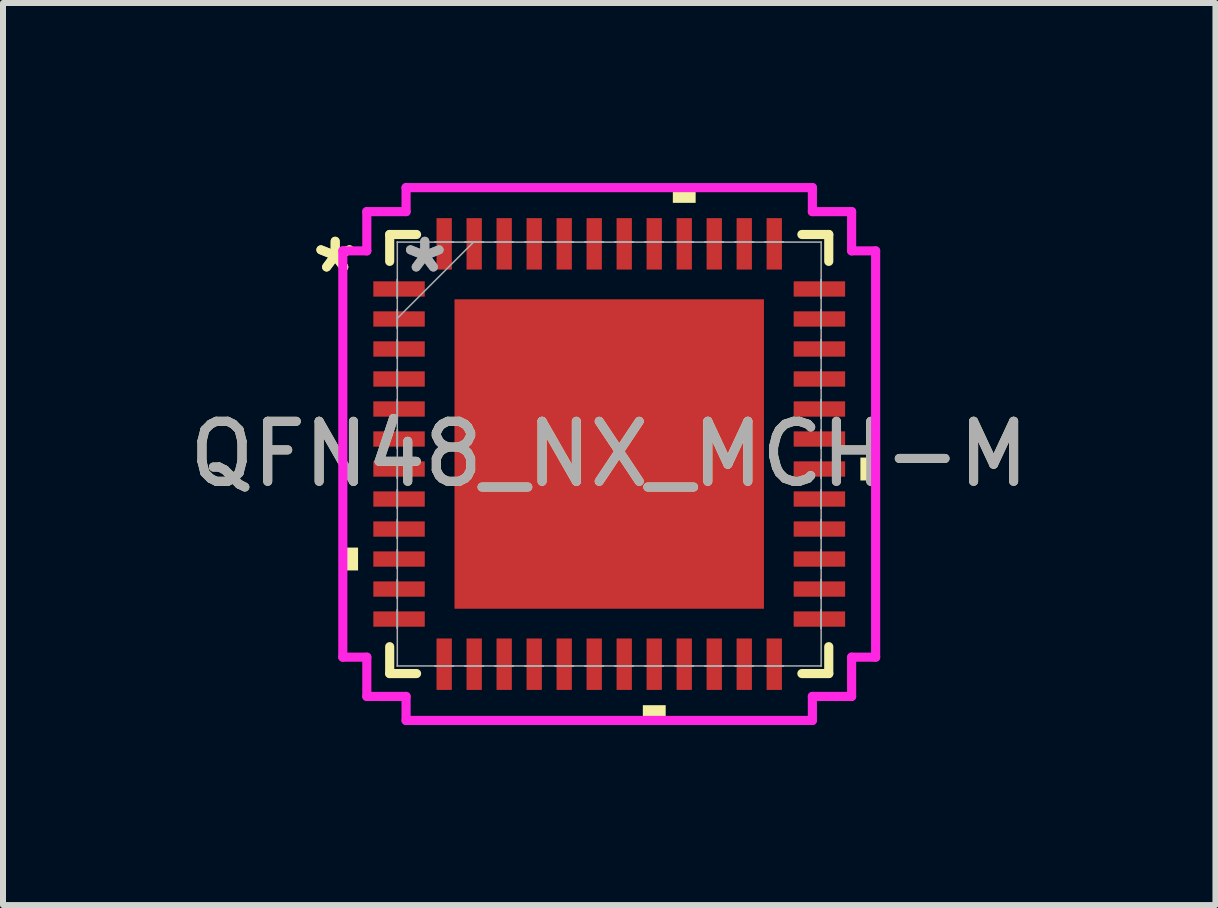
<source format=kicad_pcb>
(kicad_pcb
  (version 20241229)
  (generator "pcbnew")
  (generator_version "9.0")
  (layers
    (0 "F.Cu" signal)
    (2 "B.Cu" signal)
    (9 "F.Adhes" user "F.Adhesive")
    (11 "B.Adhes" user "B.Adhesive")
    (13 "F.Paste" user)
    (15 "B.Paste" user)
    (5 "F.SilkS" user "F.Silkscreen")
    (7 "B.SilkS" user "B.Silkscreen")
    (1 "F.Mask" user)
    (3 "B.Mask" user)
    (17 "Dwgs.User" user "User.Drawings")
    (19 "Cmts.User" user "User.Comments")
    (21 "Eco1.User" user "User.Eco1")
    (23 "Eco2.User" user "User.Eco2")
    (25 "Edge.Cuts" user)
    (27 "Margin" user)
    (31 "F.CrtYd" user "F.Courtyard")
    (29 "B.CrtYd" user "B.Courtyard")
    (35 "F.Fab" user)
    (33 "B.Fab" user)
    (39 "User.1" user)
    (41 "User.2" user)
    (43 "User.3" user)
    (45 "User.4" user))
  (footprint "QFN48_NX_MCH-M"
    (layer "F.Cu")
    (at 7.101 4.515)
    (property "Reference" "QFN48_NX_MCH-M" (at 0 0 0) (unlocked yes) (layer "F.SilkS") (effects (font (size 1 1) (thickness 0.15))))
    (attr smd)
    (fp_line (start -3.658 -3.658) (end -3.658 -3.21) (stroke (width 0.152) (type solid)) (layer "F.SilkS"))
    (fp_line (start -3.658 3.21) (end -3.658 3.658) (stroke (width 0.152) (type solid)) (layer "F.SilkS"))
    (fp_line (start -3.658 3.658) (end -3.21 3.658) (stroke (width 0.152) (type solid)) (layer "F.SilkS"))
    (fp_line (start -3.21 -3.658) (end -3.658 -3.658) (stroke (width 0.152) (type solid)) (layer "F.SilkS"))
    (fp_line (start 3.21 3.658) (end 3.658 3.658) (stroke (width 0.152) (type solid)) (layer "F.SilkS"))
    (fp_line (start 3.658 -3.658) (end 3.21 -3.658) (stroke (width 0.152) (type solid)) (layer "F.SilkS"))
    (fp_line (start 3.658 -3.21) (end 3.658 -3.658) (stroke (width 0.152) (type solid)) (layer "F.SilkS"))
    (fp_line (start 3.658 3.658) (end 3.658 3.21) (stroke (width 0.152) (type solid)) (layer "F.SilkS"))
    (fp_poly (pts (xy -4.439 1.559) (xy -4.439 1.94) (xy -4.185 1.94) (xy -4.185 1.559)) (stroke (width 0) (type solid)) (fill yes) (layer "F.SilkS"))
    (fp_poly (pts (xy 0.56 4.185) (xy 0.56 4.439) (xy 0.941 4.439) (xy 0.941 4.185)) (stroke (width 0) (type solid)) (fill yes) (layer "F.SilkS"))
    (fp_poly (pts (xy 1.06 -4.185) (xy 1.06 -4.439) (xy 1.44 -4.439) (xy 1.44 -4.185)) (stroke (width 0) (type solid)) (fill yes) (layer "F.SilkS"))
    (fp_poly (pts (xy 4.439 0.059) (xy 4.439 0.441) (xy 4.185 0.441) (xy 4.185 0.059)) (stroke (width 0) (type solid)) (fill yes) (layer "F.SilkS"))
    (fp_poly (pts (xy -2.478 -2.478) (xy -2.478 -1.389) (xy -1.389 -1.389) (xy -1.389 -2.478)) (stroke (width 0) (type solid)) (fill yes) (layer "F.Paste"))
    (fp_poly (pts (xy -2.478 -1.189) (xy -2.478 -0.1) (xy -1.389 -0.1) (xy -1.389 -1.189)) (stroke (width 0) (type solid)) (fill yes) (layer "F.Paste"))
    (fp_poly (pts (xy -2.478 0.1) (xy -2.478 1.189) (xy -1.389 1.189) (xy -1.389 0.1)) (stroke (width 0) (type solid)) (fill yes) (layer "F.Paste"))
    (fp_poly (pts (xy -2.478 1.389) (xy -2.478 2.478) (xy -1.389 2.478) (xy -1.389 1.389)) (stroke (width 0) (type solid)) (fill yes) (layer "F.Paste"))
    (fp_poly (pts (xy -1.189 -2.478) (xy -1.189 -1.389) (xy -0.1 -1.389) (xy -0.1 -2.478)) (stroke (width 0) (type solid)) (fill yes) (layer "F.Paste"))
    (fp_poly (pts (xy -1.189 -1.189) (xy -1.189 -0.1) (xy -0.1 -0.1) (xy -0.1 -1.189)) (stroke (width 0) (type solid)) (fill yes) (layer "F.Paste"))
    (fp_poly (pts (xy -1.189 0.1) (xy -1.189 1.189) (xy -0.1 1.189) (xy -0.1 0.1)) (stroke (width 0) (type solid)) (fill yes) (layer "F.Paste"))
    (fp_poly (pts (xy -1.189 1.389) (xy -1.189 2.478) (xy -0.1 2.478) (xy -0.1 1.389)) (stroke (width 0) (type solid)) (fill yes) (layer "F.Paste"))
    (fp_poly (pts (xy 0.1 -2.478) (xy 0.1 -1.389) (xy 1.189 -1.389) (xy 1.189 -2.478)) (stroke (width 0) (type solid)) (fill yes) (layer "F.Paste"))
    (fp_poly (pts (xy 0.1 -1.189) (xy 0.1 -0.1) (xy 1.189 -0.1) (xy 1.189 -1.189)) (stroke (width 0) (type solid)) (fill yes) (layer "F.Paste"))
    (fp_poly (pts (xy 0.1 0.1) (xy 0.1 1.189) (xy 1.189 1.189) (xy 1.189 0.1)) (stroke (width 0) (type solid)) (fill yes) (layer "F.Paste"))
    (fp_poly (pts (xy 0.1 1.389) (xy 0.1 2.478) (xy 1.189 2.478) (xy 1.189 1.389)) (stroke (width 0) (type solid)) (fill yes) (layer "F.Paste"))
    (fp_poly (pts (xy 1.389 -2.478) (xy 1.389 -1.389) (xy 2.478 -1.389) (xy 2.478 -2.478)) (stroke (width 0) (type solid)) (fill yes) (layer "F.Paste"))
    (fp_poly (pts (xy 1.389 -1.189) (xy 1.389 -0.1) (xy 2.478 -0.1) (xy 2.478 -1.189)) (stroke (width 0) (type solid)) (fill yes) (layer "F.Paste"))
    (fp_poly (pts (xy 1.389 0.1) (xy 1.389 1.189) (xy 2.478 1.189) (xy 2.478 0.1)) (stroke (width 0) (type solid)) (fill yes) (layer "F.Paste"))
    (fp_poly (pts (xy 1.389 1.389) (xy 1.389 2.478) (xy 2.478 2.478) (xy 2.478 1.389)) (stroke (width 0) (type solid)) (fill yes) (layer "F.Paste"))
    (fp_line (start -4.439 -3.385) (end -4.039 -3.385) (stroke (width 0.152) (type solid)) (layer "F.CrtYd"))
    (fp_line (start -4.439 3.385) (end -4.439 -3.385) (stroke (width 0.152) (type solid)) (layer "F.CrtYd"))
    (fp_line (start -4.039 -4.039) (end -3.385 -4.039) (stroke (width 0.152) (type solid)) (layer "F.CrtYd"))
    (fp_line (start -4.039 -3.385) (end -4.039 -4.039) (stroke (width 0.152) (type solid)) (layer "F.CrtYd"))
    (fp_line (start -4.039 3.385) (end -4.439 3.385) (stroke (width 0.152) (type solid)) (layer "F.CrtYd"))
    (fp_line (start -4.039 4.039) (end -4.039 3.385) (stroke (width 0.152) (type solid)) (layer "F.CrtYd"))
    (fp_line (start -3.385 -4.439) (end 3.385 -4.439) (stroke (width 0.152) (type solid)) (layer "F.CrtYd"))
    (fp_line (start -3.385 -4.039) (end -3.385 -4.439) (stroke (width 0.152) (type solid)) (layer "F.CrtYd"))
    (fp_line (start -3.385 4.039) (end -4.039 4.039) (stroke (width 0.152) (type solid)) (layer "F.CrtYd"))
    (fp_line (start -3.385 4.439) (end -3.385 4.039) (stroke (width 0.152) (type solid)) (layer "F.CrtYd"))
    (fp_line (start 3.385 -4.439) (end 3.385 -4.039) (stroke (width 0.152) (type solid)) (layer "F.CrtYd"))
    (fp_line (start 3.385 -4.039) (end 4.039 -4.039) (stroke (width 0.152) (type solid)) (layer "F.CrtYd"))
    (fp_line (start 3.385 4.039) (end 3.385 4.439) (stroke (width 0.152) (type solid)) (layer "F.CrtYd"))
    (fp_line (start 3.385 4.439) (end -3.385 4.439) (stroke (width 0.152) (type solid)) (layer "F.CrtYd"))
    (fp_line (start 4.039 -4.039) (end 4.039 -3.385) (stroke (width 0.152) (type solid)) (layer "F.CrtYd"))
    (fp_line (start 4.039 -3.385) (end 4.439 -3.385) (stroke (width 0.152) (type solid)) (layer "F.CrtYd"))
    (fp_line (start 4.039 3.385) (end 4.039 4.039) (stroke (width 0.152) (type solid)) (layer "F.CrtYd"))
    (fp_line (start 4.039 4.039) (end 3.385 4.039) (stroke (width 0.152) (type solid)) (layer "F.CrtYd"))
    (fp_line (start 4.439 -3.385) (end 4.439 3.385) (stroke (width 0.152) (type solid)) (layer "F.CrtYd"))
    (fp_line (start 4.439 3.385) (end 4.039 3.385) (stroke (width 0.152) (type solid)) (layer "F.CrtYd"))
    (fp_line (start -3.531 -3.531) (end -3.531 -3.531) (stroke (width 0.025) (type solid)) (layer "F.Fab"))
    (fp_line (start -3.531 -3.531) (end -3.531 3.531) (stroke (width 0.025) (type solid)) (layer "F.Fab"))
    (fp_line (start -3.531 -2.902) (end -3.531 -2.902) (stroke (width 0.025) (type solid)) (layer "F.Fab"))
    (fp_line (start -3.531 -2.902) (end -3.531 -2.598) (stroke (width 0.025) (type solid)) (layer "F.Fab"))
    (fp_line (start -3.531 -2.598) (end -3.531 -2.902) (stroke (width 0.025) (type solid)) (layer "F.Fab"))
    (fp_line (start -3.531 -2.598) (end -3.531 -2.598) (stroke (width 0.025) (type solid)) (layer "F.Fab"))
    (fp_line (start -3.531 -2.402) (end -3.531 -2.402) (stroke (width 0.025) (type solid)) (layer "F.Fab"))
    (fp_line (start -3.531 -2.402) (end -3.531 -2.098) (stroke (width 0.025) (type solid)) (layer "F.Fab"))
    (fp_line (start -3.531 -2.261) (end -2.261 -3.531) (stroke (width 0.025) (type solid)) (layer "F.Fab"))
    (fp_line (start -3.531 -2.098) (end -3.531 -2.402) (stroke (width 0.025) (type solid)) (layer "F.Fab"))
    (fp_line (start -3.531 -2.098) (end -3.531 -2.098) (stroke (width 0.025) (type solid)) (layer "F.Fab"))
    (fp_line (start -3.531 -1.902) (end -3.531 -1.902) (stroke (width 0.025) (type solid)) (layer "F.Fab"))
    (fp_line (start -3.531 -1.902) (end -3.531 -1.598) (stroke (width 0.025) (type solid)) (layer "F.Fab"))
    (fp_line (start -3.531 -1.598) (end -3.531 -1.902) (stroke (width 0.025) (type solid)) (layer "F.Fab"))
    (fp_line (start -3.531 -1.598) (end -3.531 -1.598) (stroke (width 0.025) (type solid)) (layer "F.Fab"))
    (fp_line (start -3.531 -1.402) (end -3.531 -1.402) (stroke (width 0.025) (type solid)) (layer "F.Fab"))
    (fp_line (start -3.531 -1.402) (end -3.531 -1.098) (stroke (width 0.025) (type solid)) (layer "F.Fab"))
    (fp_line (start -3.531 -1.098) (end -3.531 -1.402) (stroke (width 0.025) (type solid)) (layer "F.Fab"))
    (fp_line (start -3.531 -1.098) (end -3.531 -1.098) (stroke (width 0.025) (type solid)) (layer "F.Fab"))
    (fp_line (start -3.531 -0.902) (end -3.531 -0.902) (stroke (width 0.025) (type solid)) (layer "F.Fab"))
    (fp_line (start -3.531 -0.902) (end -3.531 -0.598) (stroke (width 0.025) (type solid)) (layer "F.Fab"))
    (fp_line (start -3.531 -0.598) (end -3.531 -0.902) (stroke (width 0.025) (type solid)) (layer "F.Fab"))
    (fp_line (start -3.531 -0.598) (end -3.531 -0.598) (stroke (width 0.025) (type solid)) (layer "F.Fab"))
    (fp_line (start -3.531 -0.402) (end -3.531 -0.402) (stroke (width 0.025) (type solid)) (layer "F.Fab"))
    (fp_line (start -3.531 -0.402) (end -3.531 -0.098) (stroke (width 0.025) (type solid)) (layer "F.Fab"))
    (fp_line (start -3.531 -0.098) (end -3.531 -0.402) (stroke (width 0.025) (type solid)) (layer "F.Fab"))
    (fp_line (start -3.531 -0.098) (end -3.531 -0.098) (stroke (width 0.025) (type solid)) (layer "F.Fab"))
    (fp_line (start -3.531 0.098) (end -3.531 0.098) (stroke (width 0.025) (type solid)) (layer "F.Fab"))
    (fp_line (start -3.531 0.098) (end -3.531 0.402) (stroke (width 0.025) (type solid)) (layer "F.Fab"))
    (fp_line (start -3.531 0.402) (end -3.531 0.098) (stroke (width 0.025) (type solid)) (layer "F.Fab"))
    (fp_line (start -3.531 0.402) (end -3.531 0.402) (stroke (width 0.025) (type solid)) (layer "F.Fab"))
    (fp_line (start -3.531 0.598) (end -3.531 0.598) (stroke (width 0.025) (type solid)) (layer "F.Fab"))
    (fp_line (start -3.531 0.598) (end -3.531 0.902) (stroke (width 0.025) (type solid)) (layer "F.Fab"))
    (fp_line (start -3.531 0.902) (end -3.531 0.598) (stroke (width 0.025) (type solid)) (layer "F.Fab"))
    (fp_line (start -3.531 0.902) (end -3.531 0.902) (stroke (width 0.025) (type solid)) (layer "F.Fab"))
    (fp_line (start -3.531 1.098) (end -3.531 1.098) (stroke (width 0.025) (type solid)) (layer "F.Fab"))
    (fp_line (start -3.531 1.098) (end -3.531 1.402) (stroke (width 0.025) (type solid)) (layer "F.Fab"))
    (fp_line (start -3.531 1.402) (end -3.531 1.098) (stroke (width 0.025) (type solid)) (layer "F.Fab"))
    (fp_line (start -3.531 1.402) (end -3.531 1.402) (stroke (width 0.025) (type solid)) (layer "F.Fab"))
    (fp_line (start -3.531 1.598) (end -3.531 1.598) (stroke (width 0.025) (type solid)) (layer "F.Fab"))
    (fp_line (start -3.531 1.598) (end -3.531 1.902) (stroke (width 0.025) (type solid)) (layer "F.Fab"))
    (fp_line (start -3.531 1.902) (end -3.531 1.598) (stroke (width 0.025) (type solid)) (layer "F.Fab"))
    (fp_line (start -3.531 1.902) (end -3.531 1.902) (stroke (width 0.025) (type solid)) (layer "F.Fab"))
    (fp_line (start -3.531 2.098) (end -3.531 2.098) (stroke (width 0.025) (type solid)) (layer "F.Fab"))
    (fp_line (start -3.531 2.098) (end -3.531 2.402) (stroke (width 0.025) (type solid)) (layer "F.Fab"))
    (fp_line (start -3.531 2.402) (end -3.531 2.098) (stroke (width 0.025) (type solid)) (layer "F.Fab"))
    (fp_line (start -3.531 2.402) (end -3.531 2.402) (stroke (width 0.025) (type solid)) (layer "F.Fab"))
    (fp_line (start -3.531 2.598) (end -3.531 2.598) (stroke (width 0.025) (type solid)) (layer "F.Fab"))
    (fp_line (start -3.531 2.598) (end -3.531 2.902) (stroke (width 0.025) (type solid)) (layer "F.Fab"))
    (fp_line (start -3.531 2.902) (end -3.531 2.598) (stroke (width 0.025) (type solid)) (layer "F.Fab"))
    (fp_line (start -3.531 2.902) (end -3.531 2.902) (stroke (width 0.025) (type solid)) (layer "F.Fab"))
    (fp_line (start -3.531 3.531) (end -3.531 3.531) (stroke (width 0.025) (type solid)) (layer "F.Fab"))
    (fp_line (start -3.531 3.531) (end 3.531 3.531) (stroke (width 0.025) (type solid)) (layer "F.Fab"))
    (fp_line (start -2.902 -3.531) (end -2.902 -3.531) (stroke (width 0.025) (type solid)) (layer "F.Fab"))
    (fp_line (start -2.902 -3.531) (end -2.598 -3.531) (stroke (width 0.025) (type solid)) (layer "F.Fab"))
    (fp_line (start -2.902 3.531) (end -2.902 3.531) (stroke (width 0.025) (type solid)) (layer "F.Fab"))
    (fp_line (start -2.902 3.531) (end -2.598 3.531) (stroke (width 0.025) (type solid)) (layer "F.Fab"))
    (fp_line (start -2.598 -3.531) (end -2.902 -3.531) (stroke (width 0.025) (type solid)) (layer "F.Fab"))
    (fp_line (start -2.598 -3.531) (end -2.598 -3.531) (stroke (width 0.025) (type solid)) (layer "F.Fab"))
    (fp_line (start -2.598 3.531) (end -2.902 3.531) (stroke (width 0.025) (type solid)) (layer "F.Fab"))
    (fp_line (start -2.598 3.531) (end -2.598 3.531) (stroke (width 0.025) (type solid)) (layer "F.Fab"))
    (fp_line (start -2.402 -3.531) (end -2.402 -3.531) (stroke (width 0.025) (type solid)) (layer "F.Fab"))
    (fp_line (start -2.402 -3.531) (end -2.098 -3.531) (stroke (width 0.025) (type solid)) (layer "F.Fab"))
    (fp_line (start -2.402 3.531) (end -2.402 3.531) (stroke (width 0.025) (type solid)) (layer "F.Fab"))
    (fp_line (start -2.402 3.531) (end -2.098 3.531) (stroke (width 0.025) (type solid)) (layer "F.Fab"))
    (fp_line (start -2.098 -3.531) (end -2.402 -3.531) (stroke (width 0.025) (type solid)) (layer "F.Fab"))
    (fp_line (start -2.098 -3.531) (end -2.098 -3.531) (stroke (width 0.025) (type solid)) (layer "F.Fab"))
    (fp_line (start -2.098 3.531) (end -2.402 3.531) (stroke (width 0.025) (type solid)) (layer "F.Fab"))
    (fp_line (start -2.098 3.531) (end -2.098 3.531) (stroke (width 0.025) (type solid)) (layer "F.Fab"))
    (fp_line (start -1.902 -3.531) (end -1.902 -3.531) (stroke (width 0.025) (type solid)) (layer "F.Fab"))
    (fp_line (start -1.902 -3.531) (end -1.598 -3.531) (stroke (width 0.025) (type solid)) (layer "F.Fab"))
    (fp_line (start -1.902 3.531) (end -1.902 3.531) (stroke (width 0.025) (type solid)) (layer "F.Fab"))
    (fp_line (start -1.902 3.531) (end -1.598 3.531) (stroke (width 0.025) (type solid)) (layer "F.Fab"))
    (fp_line (start -1.598 -3.531) (end -1.902 -3.531) (stroke (width 0.025) (type solid)) (layer "F.Fab"))
    (fp_line (start -1.598 -3.531) (end -1.598 -3.531) (stroke (width 0.025) (type solid)) (layer "F.Fab"))
    (fp_line (start -1.598 3.531) (end -1.902 3.531) (stroke (width 0.025) (type solid)) (layer "F.Fab"))
    (fp_line (start -1.598 3.531) (end -1.598 3.531) (stroke (width 0.025) (type solid)) (layer "F.Fab"))
    (fp_line (start -1.402 -3.531) (end -1.402 -3.531) (stroke (width 0.025) (type solid)) (layer "F.Fab"))
    (fp_line (start -1.402 -3.531) (end -1.098 -3.531) (stroke (width 0.025) (type solid)) (layer "F.Fab"))
    (fp_line (start -1.402 3.531) (end -1.402 3.531) (stroke (width 0.025) (type solid)) (layer "F.Fab"))
    (fp_line (start -1.402 3.531) (end -1.098 3.531) (stroke (width 0.025) (type solid)) (layer "F.Fab"))
    (fp_line (start -1.098 -3.531) (end -1.402 -3.531) (stroke (width 0.025) (type solid)) (layer "F.Fab"))
    (fp_line (start -1.098 -3.531) (end -1.098 -3.531) (stroke (width 0.025) (type solid)) (layer "F.Fab"))
    (fp_line (start -1.098 3.531) (end -1.402 3.531) (stroke (width 0.025) (type solid)) (layer "F.Fab"))
    (fp_line (start -1.098 3.531) (end -1.098 3.531) (stroke (width 0.025) (type solid)) (layer "F.Fab"))
    (fp_line (start -0.902 -3.531) (end -0.902 -3.531) (stroke (width 0.025) (type solid)) (layer "F.Fab"))
    (fp_line (start -0.902 -3.531) (end -0.598 -3.531) (stroke (width 0.025) (type solid)) (layer "F.Fab"))
    (fp_line (start -0.902 3.531) (end -0.902 3.531) (stroke (width 0.025) (type solid)) (layer "F.Fab"))
    (fp_line (start -0.902 3.531) (end -0.598 3.531) (stroke (width 0.025) (type solid)) (layer "F.Fab"))
    (fp_line (start -0.598 -3.531) (end -0.902 -3.531) (stroke (width 0.025) (type solid)) (layer "F.Fab"))
    (fp_line (start -0.598 -3.531) (end -0.598 -3.531) (stroke (width 0.025) (type solid)) (layer "F.Fab"))
    (fp_line (start -0.598 3.531) (end -0.902 3.531) (stroke (width 0.025) (type solid)) (layer "F.Fab"))
    (fp_line (start -0.598 3.531) (end -0.598 3.531) (stroke (width 0.025) (type solid)) (layer "F.Fab"))
    (fp_line (start -0.402 -3.531) (end -0.402 -3.531) (stroke (width 0.025) (type solid)) (layer "F.Fab"))
    (fp_line (start -0.402 -3.531) (end -0.098 -3.531) (stroke (width 0.025) (type solid)) (layer "F.Fab"))
    (fp_line (start -0.402 3.531) (end -0.402 3.531) (stroke (width 0.025) (type solid)) (layer "F.Fab"))
    (fp_line (start -0.402 3.531) (end -0.098 3.531) (stroke (width 0.025) (type solid)) (layer "F.Fab"))
    (fp_line (start -0.098 -3.531) (end -0.402 -3.531) (stroke (width 0.025) (type solid)) (layer "F.Fab"))
    (fp_line (start -0.098 -3.531) (end -0.098 -3.531) (stroke (width 0.025) (type solid)) (layer "F.Fab"))
    (fp_line (start -0.098 3.531) (end -0.402 3.531) (stroke (width 0.025) (type solid)) (layer "F.Fab"))
    (fp_line (start -0.098 3.531) (end -0.098 3.531) (stroke (width 0.025) (type solid)) (layer "F.Fab"))
    (fp_line (start 0.098 -3.531) (end 0.098 -3.531) (stroke (width 0.025) (type solid)) (layer "F.Fab"))
    (fp_line (start 0.098 -3.531) (end 0.402 -3.531) (stroke (width 0.025) (type solid)) (layer "F.Fab"))
    (fp_line (start 0.098 3.531) (end 0.098 3.531) (stroke (width 0.025) (type solid)) (layer "F.Fab"))
    (fp_line (start 0.098 3.531) (end 0.402 3.531) (stroke (width 0.025) (type solid)) (layer "F.Fab"))
    (fp_line (start 0.402 -3.531) (end 0.098 -3.531) (stroke (width 0.025) (type solid)) (layer "F.Fab"))
    (fp_line (start 0.402 -3.531) (end 0.402 -3.531) (stroke (width 0.025) (type solid)) (layer "F.Fab"))
    (fp_line (start 0.402 3.531) (end 0.098 3.531) (stroke (width 0.025) (type solid)) (layer "F.Fab"))
    (fp_line (start 0.402 3.531) (end 0.402 3.531) (stroke (width 0.025) (type solid)) (layer "F.Fab"))
    (fp_line (start 0.598 -3.531) (end 0.598 -3.531) (stroke (width 0.025) (type solid)) (layer "F.Fab"))
    (fp_line (start 0.598 -3.531) (end 0.902 -3.531) (stroke (width 0.025) (type solid)) (layer "F.Fab"))
    (fp_line (start 0.598 3.531) (end 0.598 3.531) (stroke (width 0.025) (type solid)) (layer "F.Fab"))
    (fp_line (start 0.598 3.531) (end 0.902 3.531) (stroke (width 0.025) (type solid)) (layer "F.Fab"))
    (fp_line (start 0.902 -3.531) (end 0.598 -3.531) (stroke (width 0.025) (type solid)) (layer "F.Fab"))
    (fp_line (start 0.902 -3.531) (end 0.902 -3.531) (stroke (width 0.025) (type solid)) (layer "F.Fab"))
    (fp_line (start 0.902 3.531) (end 0.598 3.531) (stroke (width 0.025) (type solid)) (layer "F.Fab"))
    (fp_line (start 0.902 3.531) (end 0.902 3.531) (stroke (width 0.025) (type solid)) (layer "F.Fab"))
    (fp_line (start 1.098 -3.531) (end 1.098 -3.531) (stroke (width 0.025) (type solid)) (layer "F.Fab"))
    (fp_line (start 1.098 -3.531) (end 1.402 -3.531) (stroke (width 0.025) (type solid)) (layer "F.Fab"))
    (fp_line (start 1.098 3.531) (end 1.098 3.531) (stroke (width 0.025) (type solid)) (layer "F.Fab"))
    (fp_line (start 1.098 3.531) (end 1.402 3.531) (stroke (width 0.025) (type solid)) (layer "F.Fab"))
    (fp_line (start 1.402 -3.531) (end 1.098 -3.531) (stroke (width 0.025) (type solid)) (layer "F.Fab"))
    (fp_line (start 1.402 -3.531) (end 1.402 -3.531) (stroke (width 0.025) (type solid)) (layer "F.Fab"))
    (fp_line (start 1.402 3.531) (end 1.098 3.531) (stroke (width 0.025) (type solid)) (layer "F.Fab"))
    (fp_line (start 1.402 3.531) (end 1.402 3.531) (stroke (width 0.025) (type solid)) (layer "F.Fab"))
    (fp_line (start 1.598 -3.531) (end 1.598 -3.531) (stroke (width 0.025) (type solid)) (layer "F.Fab"))
    (fp_line (start 1.598 -3.531) (end 1.902 -3.531) (stroke (width 0.025) (type solid)) (layer "F.Fab"))
    (fp_line (start 1.598 3.531) (end 1.598 3.531) (stroke (width 0.025) (type solid)) (layer "F.Fab"))
    (fp_line (start 1.598 3.531) (end 1.902 3.531) (stroke (width 0.025) (type solid)) (layer "F.Fab"))
    (fp_line (start 1.902 -3.531) (end 1.598 -3.531) (stroke (width 0.025) (type solid)) (layer "F.Fab"))
    (fp_line (start 1.902 -3.531) (end 1.902 -3.531) (stroke (width 0.025) (type solid)) (layer "F.Fab"))
    (fp_line (start 1.902 3.531) (end 1.598 3.531) (stroke (width 0.025) (type solid)) (layer "F.Fab"))
    (fp_line (start 1.902 3.531) (end 1.902 3.531) (stroke (width 0.025) (type solid)) (layer "F.Fab"))
    (fp_line (start 2.098 -3.531) (end 2.098 -3.531) (stroke (width 0.025) (type solid)) (layer "F.Fab"))
    (fp_line (start 2.098 -3.531) (end 2.402 -3.531) (stroke (width 0.025) (type solid)) (layer "F.Fab"))
    (fp_line (start 2.098 3.531) (end 2.098 3.531) (stroke (width 0.025) (type solid)) (layer "F.Fab"))
    (fp_line (start 2.098 3.531) (end 2.402 3.531) (stroke (width 0.025) (type solid)) (layer "F.Fab"))
    (fp_line (start 2.402 -3.531) (end 2.098 -3.531) (stroke (width 0.025) (type solid)) (layer "F.Fab"))
    (fp_line (start 2.402 -3.531) (end 2.402 -3.531) (stroke (width 0.025) (type solid)) (layer "F.Fab"))
    (fp_line (start 2.402 3.531) (end 2.098 3.531) (stroke (width 0.025) (type solid)) (layer "F.Fab"))
    (fp_line (start 2.402 3.531) (end 2.402 3.531) (stroke (width 0.025) (type solid)) (layer "F.Fab"))
    (fp_line (start 2.598 -3.531) (end 2.598 -3.531) (stroke (width 0.025) (type solid)) (layer "F.Fab"))
    (fp_line (start 2.598 -3.531) (end 2.902 -3.531) (stroke (width 0.025) (type solid)) (layer "F.Fab"))
    (fp_line (start 2.598 3.531) (end 2.598 3.531) (stroke (width 0.025) (type solid)) (layer "F.Fab"))
    (fp_line (start 2.598 3.531) (end 2.902 3.531) (stroke (width 0.025) (type solid)) (layer "F.Fab"))
    (fp_line (start 2.902 -3.531) (end 2.598 -3.531) (stroke (width 0.025) (type solid)) (layer "F.Fab"))
    (fp_line (start 2.902 -3.531) (end 2.902 -3.531) (stroke (width 0.025) (type solid)) (layer "F.Fab"))
    (fp_line (start 2.902 3.531) (end 2.598 3.531) (stroke (width 0.025) (type solid)) (layer "F.Fab"))
    (fp_line (start 2.902 3.531) (end 2.902 3.531) (stroke (width 0.025) (type solid)) (layer "F.Fab"))
    (fp_line (start 3.531 -3.531) (end -3.531 -3.531) (stroke (width 0.025) (type solid)) (layer "F.Fab"))
    (fp_line (start 3.531 -3.531) (end 3.531 -3.531) (stroke (width 0.025) (type solid)) (layer "F.Fab"))
    (fp_line (start 3.531 -2.902) (end 3.531 -2.902) (stroke (width 0.025) (type solid)) (layer "F.Fab"))
    (fp_line (start 3.531 -2.902) (end 3.531 -2.598) (stroke (width 0.025) (type solid)) (layer "F.Fab"))
    (fp_line (start 3.531 -2.598) (end 3.531 -2.902) (stroke (width 0.025) (type solid)) (layer "F.Fab"))
    (fp_line (start 3.531 -2.598) (end 3.531 -2.598) (stroke (width 0.025) (type solid)) (layer "F.Fab"))
    (fp_line (start 3.531 -2.402) (end 3.531 -2.402) (stroke (width 0.025) (type solid)) (layer "F.Fab"))
    (fp_line (start 3.531 -2.402) (end 3.531 -2.098) (stroke (width 0.025) (type solid)) (layer "F.Fab"))
    (fp_line (start 3.531 -2.098) (end 3.531 -2.402) (stroke (width 0.025) (type solid)) (layer "F.Fab"))
    (fp_line (start 3.531 -2.098) (end 3.531 -2.098) (stroke (width 0.025) (type solid)) (layer "F.Fab"))
    (fp_line (start 3.531 -1.902) (end 3.531 -1.902) (stroke (width 0.025) (type solid)) (layer "F.Fab"))
    (fp_line (start 3.531 -1.902) (end 3.531 -1.598) (stroke (width 0.025) (type solid)) (layer "F.Fab"))
    (fp_line (start 3.531 -1.598) (end 3.531 -1.902) (stroke (width 0.025) (type solid)) (layer "F.Fab"))
    (fp_line (start 3.531 -1.598) (end 3.531 -1.598) (stroke (width 0.025) (type solid)) (layer "F.Fab"))
    (fp_line (start 3.531 -1.402) (end 3.531 -1.402) (stroke (width 0.025) (type solid)) (layer "F.Fab"))
    (fp_line (start 3.531 -1.402) (end 3.531 -1.098) (stroke (width 0.025) (type solid)) (layer "F.Fab"))
    (fp_line (start 3.531 -1.098) (end 3.531 -1.402) (stroke (width 0.025) (type solid)) (layer "F.Fab"))
    (fp_line (start 3.531 -1.098) (end 3.531 -1.098) (stroke (width 0.025) (type solid)) (layer "F.Fab"))
    (fp_line (start 3.531 -0.902) (end 3.531 -0.902) (stroke (width 0.025) (type solid)) (layer "F.Fab"))
    (fp_line (start 3.531 -0.902) (end 3.531 -0.598) (stroke (width 0.025) (type solid)) (layer "F.Fab"))
    (fp_line (start 3.531 -0.598) (end 3.531 -0.902) (stroke (width 0.025) (type solid)) (layer "F.Fab"))
    (fp_line (start 3.531 -0.598) (end 3.531 -0.598) (stroke (width 0.025) (type solid)) (layer "F.Fab"))
    (fp_line (start 3.531 -0.402) (end 3.531 -0.402) (stroke (width 0.025) (type solid)) (layer "F.Fab"))
    (fp_line (start 3.531 -0.402) (end 3.531 -0.098) (stroke (width 0.025) (type solid)) (layer "F.Fab"))
    (fp_line (start 3.531 -0.098) (end 3.531 -0.402) (stroke (width 0.025) (type solid)) (layer "F.Fab"))
    (fp_line (start 3.531 -0.098) (end 3.531 -0.098) (stroke (width 0.025) (type solid)) (layer "F.Fab"))
    (fp_line (start 3.531 0.098) (end 3.531 0.098) (stroke (width 0.025) (type solid)) (layer "F.Fab"))
    (fp_line (start 3.531 0.098) (end 3.531 0.402) (stroke (width 0.025) (type solid)) (layer "F.Fab"))
    (fp_line (start 3.531 0.402) (end 3.531 0.098) (stroke (width 0.025) (type solid)) (layer "F.Fab"))
    (fp_line (start 3.531 0.402) (end 3.531 0.402) (stroke (width 0.025) (type solid)) (layer "F.Fab"))
    (fp_line (start 3.531 0.598) (end 3.531 0.598) (stroke (width 0.025) (type solid)) (layer "F.Fab"))
    (fp_line (start 3.531 0.598) (end 3.531 0.902) (stroke (width 0.025) (type solid)) (layer "F.Fab"))
    (fp_line (start 3.531 0.902) (end 3.531 0.598) (stroke (width 0.025) (type solid)) (layer "F.Fab"))
    (fp_line (start 3.531 0.902) (end 3.531 0.902) (stroke (width 0.025) (type solid)) (layer "F.Fab"))
    (fp_line (start 3.531 1.098) (end 3.531 1.098) (stroke (width 0.025) (type solid)) (layer "F.Fab"))
    (fp_line (start 3.531 1.098) (end 3.531 1.402) (stroke (width 0.025) (type solid)) (layer "F.Fab"))
    (fp_line (start 3.531 1.402) (end 3.531 1.098) (stroke (width 0.025) (type solid)) (layer "F.Fab"))
    (fp_line (start 3.531 1.402) (end 3.531 1.402) (stroke (width 0.025) (type solid)) (layer "F.Fab"))
    (fp_line (start 3.531 1.598) (end 3.531 1.598) (stroke (width 0.025) (type solid)) (layer "F.Fab"))
    (fp_line (start 3.531 1.598) (end 3.531 1.902) (stroke (width 0.025) (type solid)) (layer "F.Fab"))
    (fp_line (start 3.531 1.902) (end 3.531 1.598) (stroke (width 0.025) (type solid)) (layer "F.Fab"))
    (fp_line (start 3.531 1.902) (end 3.531 1.902) (stroke (width 0.025) (type solid)) (layer "F.Fab"))
    (fp_line (start 3.531 2.098) (end 3.531 2.098) (stroke (width 0.025) (type solid)) (layer "F.Fab"))
    (fp_line (start 3.531 2.098) (end 3.531 2.402) (stroke (width 0.025) (type solid)) (layer "F.Fab"))
    (fp_line (start 3.531 2.402) (end 3.531 2.098) (stroke (width 0.025) (type solid)) (layer "F.Fab"))
    (fp_line (start 3.531 2.402) (end 3.531 2.402) (stroke (width 0.025) (type solid)) (layer "F.Fab"))
    (fp_line (start 3.531 2.598) (end 3.531 2.598) (stroke (width 0.025) (type solid)) (layer "F.Fab"))
    (fp_line (start 3.531 2.598) (end 3.531 2.902) (stroke (width 0.025) (type solid)) (layer "F.Fab"))
    (fp_line (start 3.531 2.902) (end 3.531 2.598) (stroke (width 0.025) (type solid)) (layer "F.Fab"))
    (fp_line (start 3.531 2.902) (end 3.531 2.902) (stroke (width 0.025) (type solid)) (layer "F.Fab"))
    (fp_line (start 3.531 3.531) (end 3.531 -3.531) (stroke (width 0.025) (type solid)) (layer "F.Fab"))
    (fp_line (start 3.531 3.531) (end 3.531 3.531) (stroke (width 0.025) (type solid)) (layer "F.Fab"))
    (fp_text user "*" (at -4.566 -3 0) (layer "F.SilkS") (effects (font (size 1 1) (thickness 0.15))))
    (fp_text user "*" (at -4.566 -3 0) (unlocked yes) (layer "F.SilkS") (effects (font (size 1 1) (thickness 0.15))))
    (fp_text user "*" (at -3.073 -3 0) (unlocked yes) (layer "F.Fab") (effects (font (size 1 1) (thickness 0.15))))
    (fp_text user "${REFERENCE}" (at 0 0 0) (unlocked yes) (layer "F.Fab") (effects (font (size 1 1) (thickness 0.15))))
    (fp_text user "*" (at -3.073 -3 0) (layer "F.Fab") (effects (font (size 1 1) (thickness 0.15))))
    (pad "1" smd rect (at -3.502 -2.75 90) (size 0.255 0.857) (layers "F.Cu" "F.Mask" "F.Paste"))
    (pad "2" smd rect (at -3.502 -2.25 90) (size 0.255 0.857) (layers "F.Cu" "F.Mask" "F.Paste"))
    (pad "3" smd rect (at -3.502 -1.75 90) (size 0.255 0.857) (layers "F.Cu" "F.Mask" "F.Paste"))
    (pad "4" smd rect (at -3.502 -1.25 90) (size 0.255 0.857) (layers "F.Cu" "F.Mask" "F.Paste"))
    (pad "5" smd rect (at -3.502 -0.75 90) (size 0.255 0.857) (layers "F.Cu" "F.Mask" "F.Paste"))
    (pad "6" smd rect (at -3.502 -0.25 90) (size 0.255 0.857) (layers "F.Cu" "F.Mask" "F.Paste"))
    (pad "7" smd rect (at -3.502 0.25 90) (size 0.255 0.857) (layers "F.Cu" "F.Mask" "F.Paste"))
    (pad "8" smd rect (at -3.502 0.75 90) (size 0.255 0.857) (layers "F.Cu" "F.Mask" "F.Paste"))
    (pad "9" smd rect (at -3.502 1.25 90) (size 0.255 0.857) (layers "F.Cu" "F.Mask" "F.Paste"))
    (pad "10" smd rect (at -3.502 1.75 90) (size 0.255 0.857) (layers "F.Cu" "F.Mask" "F.Paste"))
    (pad "11" smd rect (at -3.502 2.25 90) (size 0.255 0.857) (layers "F.Cu" "F.Mask" "F.Paste"))
    (pad "12" smd rect (at -3.502 2.75 90) (size 0.255 0.857) (layers "F.Cu" "F.Mask" "F.Paste"))
    (pad "13" smd rect (at -2.75 3.502) (size 0.255 0.857) (layers "F.Cu" "F.Mask" "F.Paste"))
    (pad "14" smd rect (at -2.25 3.502) (size 0.255 0.857) (layers "F.Cu" "F.Mask" "F.Paste"))
    (pad "15" smd rect (at -1.75 3.502) (size 0.255 0.857) (layers "F.Cu" "F.Mask" "F.Paste"))
    (pad "16" smd rect (at -1.25 3.502) (size 0.255 0.857) (layers "F.Cu" "F.Mask" "F.Paste"))
    (pad "17" smd rect (at -0.75 3.502) (size 0.255 0.857) (layers "F.Cu" "F.Mask" "F.Paste"))
    (pad "18" smd rect (at -0.25 3.502) (size 0.255 0.857) (layers "F.Cu" "F.Mask" "F.Paste"))
    (pad "19" smd rect (at 0.25 3.502) (size 0.255 0.857) (layers "F.Cu" "F.Mask" "F.Paste"))
    (pad "20" smd rect (at 0.75 3.502) (size 0.255 0.857) (layers "F.Cu" "F.Mask" "F.Paste"))
    (pad "21" smd rect (at 1.25 3.502) (size 0.255 0.857) (layers "F.Cu" "F.Mask" "F.Paste"))
    (pad "22" smd rect (at 1.75 3.502) (size 0.255 0.857) (layers "F.Cu" "F.Mask" "F.Paste"))
    (pad "23" smd rect (at 2.25 3.502) (size 0.255 0.857) (layers "F.Cu" "F.Mask" "F.Paste"))
    (pad "24" smd rect (at 2.75 3.502) (size 0.255 0.857) (layers "F.Cu" "F.Mask" "F.Paste"))
    (pad "25" smd rect (at 3.502 2.75 90) (size 0.255 0.857) (layers "F.Cu" "F.Mask" "F.Paste"))
    (pad "26" smd rect (at 3.502 2.25 90) (size 0.255 0.857) (layers "F.Cu" "F.Mask" "F.Paste"))
    (pad "27" smd rect (at 3.502 1.75 90) (size 0.255 0.857) (layers "F.Cu" "F.Mask" "F.Paste"))
    (pad "28" smd rect (at 3.502 1.25 90) (size 0.255 0.857) (layers "F.Cu" "F.Mask" "F.Paste"))
    (pad "29" smd rect (at 3.502 0.75 90) (size 0.255 0.857) (layers "F.Cu" "F.Mask" "F.Paste"))
    (pad "30" smd rect (at 3.502 0.25 90) (size 0.255 0.857) (layers "F.Cu" "F.Mask" "F.Paste"))
    (pad "31" smd rect (at 3.502 -0.25 90) (size 0.255 0.857) (layers "F.Cu" "F.Mask" "F.Paste"))
    (pad "32" smd rect (at 3.502 -0.75 90) (size 0.255 0.857) (layers "F.Cu" "F.Mask" "F.Paste"))
    (pad "33" smd rect (at 3.502 -1.25 90) (size 0.255 0.857) (layers "F.Cu" "F.Mask" "F.Paste"))
    (pad "34" smd rect (at 3.502 -1.75 90) (size 0.255 0.857) (layers "F.Cu" "F.Mask" "F.Paste"))
    (pad "35" smd rect (at 3.502 -2.25 90) (size 0.255 0.857) (layers "F.Cu" "F.Mask" "F.Paste"))
    (pad "36" smd rect (at 3.502 -2.75 90) (size 0.255 0.857) (layers "F.Cu" "F.Mask" "F.Paste"))
    (pad "37" smd rect (at 2.75 -3.502) (size 0.255 0.857) (layers "F.Cu" "F.Mask" "F.Paste"))
    (pad "38" smd rect (at 2.25 -3.502) (size 0.255 0.857) (layers "F.Cu" "F.Mask" "F.Paste"))
    (pad "39" smd rect (at 1.75 -3.502) (size 0.255 0.857) (layers "F.Cu" "F.Mask" "F.Paste"))
    (pad "40" smd rect (at 1.25 -3.502) (size 0.255 0.857) (layers "F.Cu" "F.Mask" "F.Paste"))
    (pad "41" smd rect (at 0.75 -3.502) (size 0.255 0.857) (layers "F.Cu" "F.Mask" "F.Paste"))
    (pad "42" smd rect (at 0.25 -3.502) (size 0.255 0.857) (layers "F.Cu" "F.Mask" "F.Paste"))
    (pad "43" smd rect (at -0.25 -3.502) (size 0.255 0.857) (layers "F.Cu" "F.Mask" "F.Paste"))
    (pad "44" smd rect (at -0.75 -3.502) (size 0.255 0.857) (layers "F.Cu" "F.Mask" "F.Paste"))
    (pad "45" smd rect (at -1.25 -3.502) (size 0.255 0.857) (layers "F.Cu" "F.Mask" "F.Paste"))
    (pad "46" smd rect (at -1.75 -3.502) (size 0.255 0.857) (layers "F.Cu" "F.Mask" "F.Paste"))
    (pad "47" smd rect (at -2.25 -3.502) (size 0.255 0.857) (layers "F.Cu" "F.Mask" "F.Paste"))
    (pad "48" smd rect (at -2.75 -3.502) (size 0.255 0.857) (layers "F.Cu" "F.Mask" "F.Paste"))
    (pad "49" smd rect (at 0 0) (size 5.156 5.156) (layers "F.Cu" "F.Mask")))
  (gr_rect
    (start -3 -3)
    (end 17.202 12.03)
    (stroke (width 0.1) (type default))
    (fill no)
    (layer "Edge.Cuts")))
</source>
